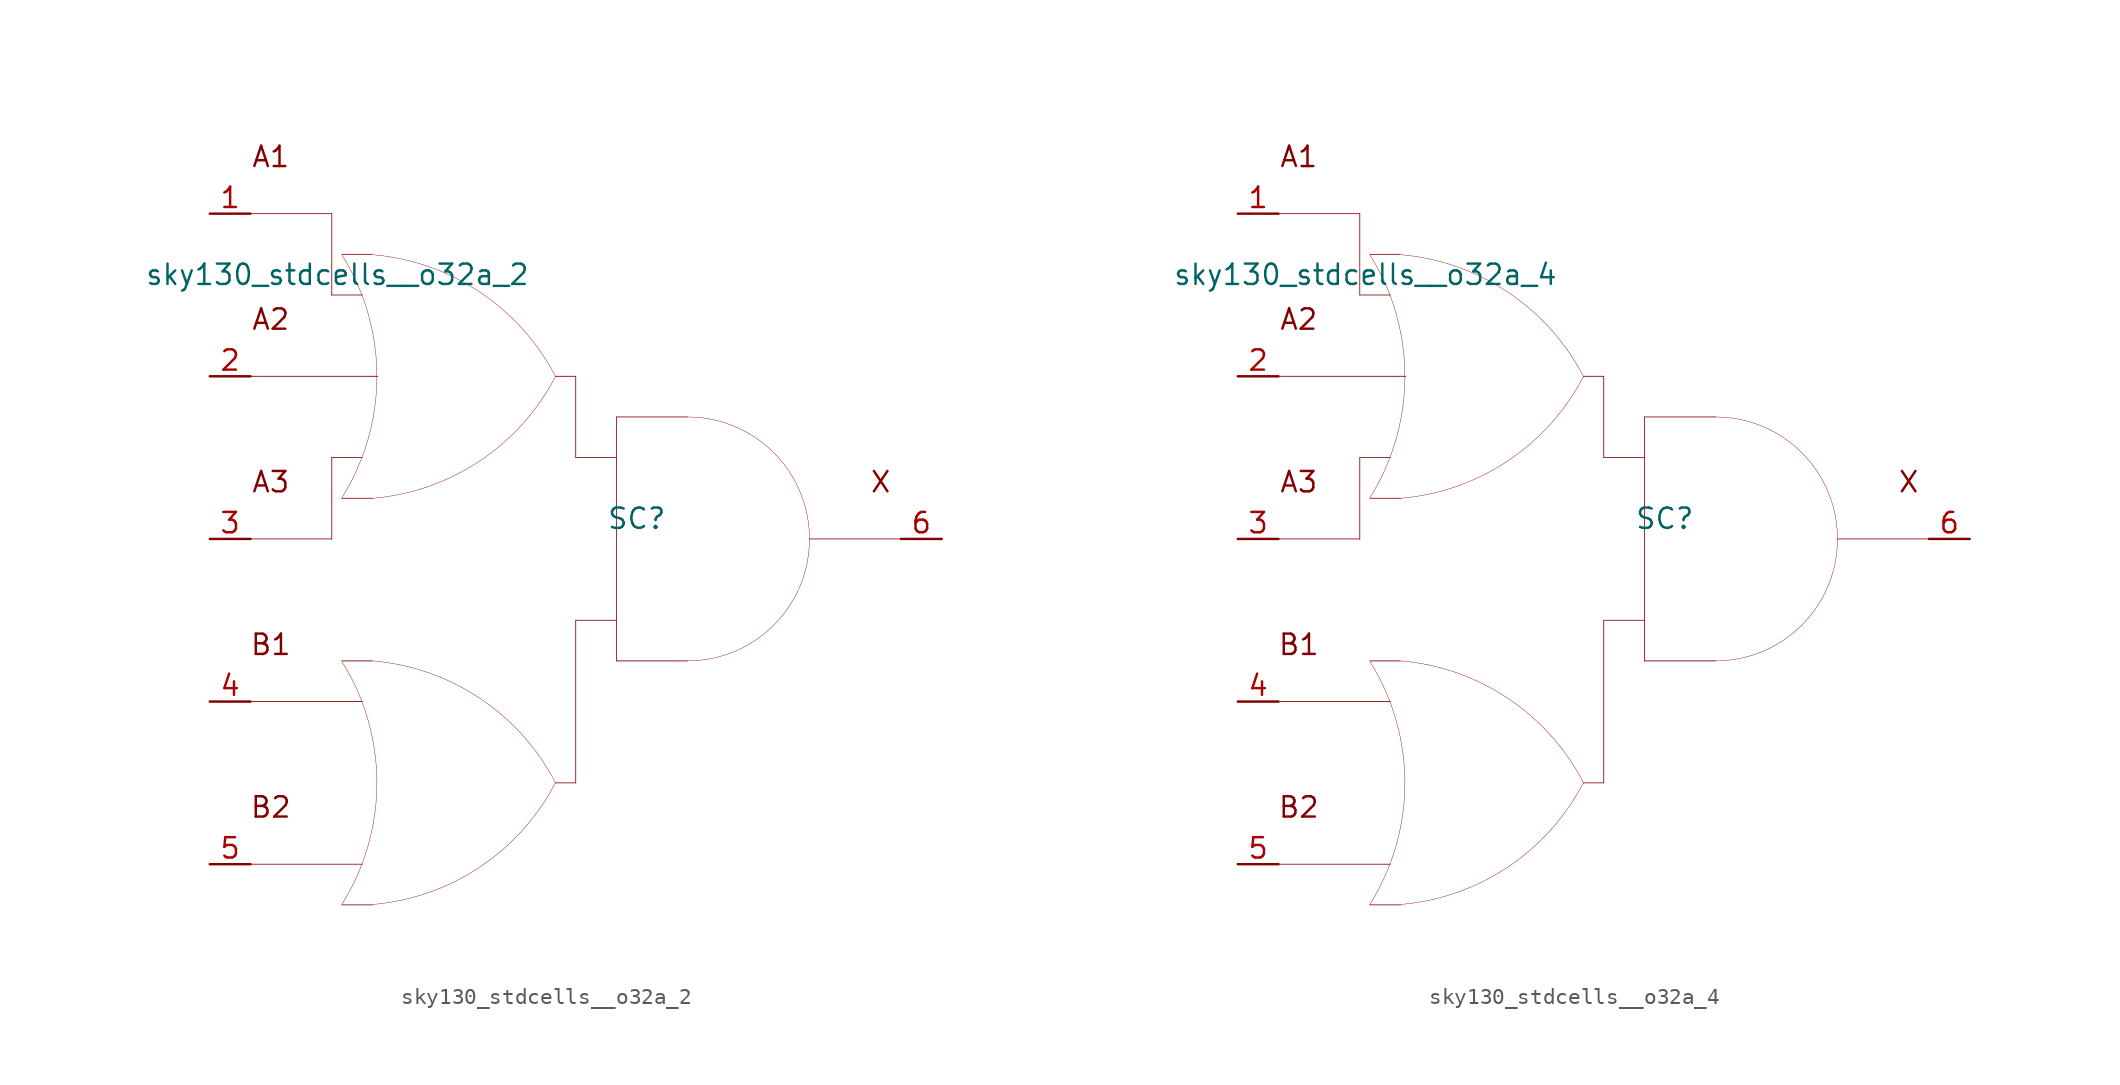
<source format=kicad_sym>
(kicad_symbol_lib
  (version 20211014)
  (generator kicad_symbol_editor)
  (symbol "sky130_stdcells__o32a_2"
    (pin_names hide)
    (property "Reference" "SC"
      (at 3.81 1.27 0)
      (effects (font (size 1.27 1.27))))
    (property "Value" "sky130_stdcells__o32a_2"
      (at -2.845 16.51 0)
      (effects (font (size 1.27 1.27)) (justify right)))
    (symbol "sky130_stdcells__o32a_2_0_0"
      (arc (start -14.6255 -22.8542) (mid -13.968 -21.698) (end -13.4212 -20.4856) (stroke (width 0.0254) (type default) (color 0 0 0 0)) (fill (type none)))
      (arc (start -14.6255 2.5458) (mid -13.968 3.702) (end -13.4212 4.9144) (stroke (width 0.0254) (type default) (color 0 0 0 0)) (fill (type none)))
      (arc (start -13.4212 -20.4856) (mid -12.9863 -19.2155) (end -12.673 -17.9101) (stroke (width 0.0254) (type default) (color 0 0 0 0)) (fill (type none)))
      (arc (start -13.4212 4.9144) (mid -12.9863 6.1845) (end -12.673 7.4899) (stroke (width 0.0254) (type default) (color 0 0 0 0)) (fill (type none)))
      (arc (start -13.403 -10.0407) (mid -13.9512 -8.8152) (end -14.6123 -7.6468) (stroke (width 0.0254) (type default) (color 0 0 0 0)) (fill (type none)))
      (arc (start -13.403 15.3593) (mid -13.9512 16.5848) (end -14.6123 17.7532) (stroke (width 0.0254) (type default) (color 0 0 0 0)) (fill (type none)))
      (arc (start -12.705 -22.8377) (mid -6.011 -20.5132) (end -1.2741 -15.243) (stroke (width 0.0254) (type default) (color 0 0 0 0)) (fill (type none)))
      (arc (start -12.705 2.5369) (mid -6.011 4.8614) (end -1.2741 10.1316) (stroke (width 0.0254) (type default) (color 0 0 0 0)) (fill (type none)))
      (arc (start -12.673 -17.9101) (mid -12.4838 -16.581) (end -12.4206 -15.24) (stroke (width 0.0254) (type default) (color 0 0 0 0)) (fill (type none)))
      (arc (start -12.673 7.4899) (mid -12.4838 8.819) (end -12.4206 10.16) (stroke (width 0.0254) (type default) (color 0 0 0 0)) (fill (type none)))
      (arc (start -12.6684 -12.5944) (mid -12.9761 -11.3004) (end -13.403 -10.0407) (stroke (width 0.0254) (type default) (color 0 0 0 0)) (fill (type none)))
      (arc (start -12.6684 12.8056) (mid -12.9761 14.0996) (end -13.403 15.3593) (stroke (width 0.0254) (type default) (color 0 0 0 0)) (fill (type none)))
      (arc (start -12.4206 -15.24) (mid -12.4827 -13.9114) (end -12.6684 -12.5944) (stroke (width 0.0254) (type default) (color 0 0 0 0)) (fill (type none)))
      (arc (start -12.4206 10.16) (mid -12.4827 11.4886) (end -12.6684 12.8056) (stroke (width 0.0254) (type default) (color 0 0 0 0)) (fill (type none)))
      (arc (start -1.2513 -15.2556) (mid -5.9698 -9.969) (end -12.6556 -7.6211) (stroke (width 0.0254) (type default) (color 0 0 0 0)) (fill (type none)))
      (arc (start -1.2513 10.119) (mid -5.9698 15.4056) (end -12.6556 17.7535) (stroke (width 0.0254) (type default) (color 0 0 0 0)) (fill (type none)))
      (polyline (pts (xy -20.32 -20.32) (xy -13.335 -20.32)) (stroke (width 0.051) (type default) (color 0 0 0 0)) (fill (type none)))
      (polyline (pts (xy -20.32 -10.16) (xy -13.335 -10.16)) (stroke (width 0.051) (type default) (color 0 0 0 0)) (fill (type none)))
      (polyline (pts (xy -20.32 0) (xy -15.24 0)) (stroke (width 0.051) (type default) (color 0 0 0 0)) (fill (type none)))
      (polyline (pts (xy -20.32 10.16) (xy -12.37 10.16)) (stroke (width 0.051) (type default) (color 0 0 0 0)) (fill (type none)))
      (polyline (pts (xy -20.32 20.32) (xy -15.24 20.32)) (stroke (width 0.051) (type default) (color 0 0 0 0)) (fill (type none)))
      (polyline (pts (xy -15.24 5.08) (xy -15.24 0)) (stroke (width 0.051) (type default) (color 0 0 0 0)) (fill (type none)))
      (polyline (pts (xy -15.24 5.08) (xy -13.335 5.08)) (stroke (width 0.051) (type default) (color 0 0 0 0)) (fill (type none)))
      (polyline (pts (xy -15.24 15.24) (xy -13.335 15.24)) (stroke (width 0.051) (type default) (color 0 0 0 0)) (fill (type none)))
      (polyline (pts (xy -15.24 20.32) (xy -15.24 15.24)) (stroke (width 0.051) (type default) (color 0 0 0 0)) (fill (type none)))
      (polyline (pts (xy -14.605 -22.86) (xy -12.7 -22.86)) (stroke (width 0.051) (type default) (color 0 0 0 0)) (fill (type none)))
      (polyline (pts (xy -14.605 -7.62) (xy -12.7 -7.62)) (stroke (width 0.051) (type default) (color 0 0 0 0)) (fill (type none)))
      (polyline (pts (xy -14.605 2.54) (xy -12.7 2.54)) (stroke (width 0.051) (type default) (color 0 0 0 0)) (fill (type none)))
      (polyline (pts (xy -14.605 17.78) (xy -12.7 17.78)) (stroke (width 0.051) (type default) (color 0 0 0 0)) (fill (type none)))
      (polyline (pts (xy -1.27 -15.24) (xy 0 -15.24)) (stroke (width 0.051) (type default) (color 0 0 0 0)) (fill (type none)))
      (polyline (pts (xy -1.27 10.16) (xy 0 10.16)) (stroke (width 0.051) (type default) (color 0 0 0 0)) (fill (type none)))
      (polyline (pts (xy 0 -5.08) (xy 0 -15.24)) (stroke (width 0.051) (type default) (color 0 0 0 0)) (fill (type none)))
      (polyline (pts (xy 0 -5.08) (xy 2.54 -5.08)) (stroke (width 0.051) (type default) (color 0 0 0 0)) (fill (type none)))
      (polyline (pts (xy 0 5.08) (xy 2.54 5.08)) (stroke (width 0.051) (type default) (color 0 0 0 0)) (fill (type none)))
      (polyline (pts (xy 0 10.16) (xy 0 5.08)) (stroke (width 0.051) (type default) (color 0 0 0 0)) (fill (type none)))
      (polyline (pts (xy 2.54 -7.62) (xy 6.985 -7.62)) (stroke (width 0.051) (type default) (color 0 0 0 0)) (fill (type none)))
      (polyline (pts (xy 2.54 7.62) (xy 2.54 -7.62)) (stroke (width 0.051) (type default) (color 0 0 0 0)) (fill (type none)))
      (polyline (pts (xy 2.54 7.62) (xy 6.985 7.62)) (stroke (width 0.051) (type default) (color 0 0 0 0)) (fill (type none)))
      (polyline (pts (xy 14.605 0) (xy 20.32 0)) (stroke (width 0.051) (type default) (color 0 0 0 0)) (fill (type none)))
      (arc (start 6.985 -7.62) (mid 8.9572 -7.3604) (end 10.795 -6.5991) (stroke (width 0.0254) (type default) (color 0 0 0 0)) (fill (type none)))
      (arc (start 10.795 -6.5991) (mid 12.3731 -5.3881) (end 13.5841 -3.81) (stroke (width 0.0254) (type default) (color 0 0 0 0)) (fill (type none)))
      (arc (start 10.795 6.5991) (mid 8.9572 7.3603) (end 6.985 7.62) (stroke (width 0.0254) (type default) (color 0 0 0 0)) (fill (type none)))
      (arc (start 13.5841 -3.81) (mid 14.3453 -1.9722) (end 14.605 0) (stroke (width 0.0254) (type default) (color 0 0 0 0)) (fill (type none)))
      (arc (start 13.5841 3.81) (mid 12.3731 5.3881) (end 10.795 6.5991) (stroke (width 0.0254) (type default) (color 0 0 0 0)) (fill (type none)))
      (arc (start 14.605 0) (mid 14.3454 1.9722) (end 13.5841 3.81) (stroke (width 0.0254) (type default) (color 0 0 0 0)) (fill (type none)))
      (text "A1" (at -19.05 23.876 0) (effects (font (size 1.27 1.27))))
      (text "A2" (at -19.05 13.716 0) (effects (font (size 1.27 1.27))))
      (text "A3" (at -19.05 3.556 0) (effects (font (size 1.27 1.27))))
      (text "B1" (at -19.05 -6.604 0) (effects (font (size 1.27 1.27))))
      (text "B2" (at -19.05 -16.764 0) (effects (font (size 1.27 1.27))))
      (text "X" (at 19.05 3.556 0) (effects (font (size 1.27 1.27)))))
    (symbol "sky130_stdcells__o32a_2_1_1"
      (pin input line (at -22.86 20.32 0) (length 2.54) (name "A1" (effects (font (size 1.092 1.092)))) (number "1" (effects (font (size 1.27 1.27)))))
      (pin input line (at -22.86 10.16 0) (length 2.54) (name "A2" (effects (font (size 1.092 1.092)))) (number "2" (effects (font (size 1.27 1.27)))))
      (pin input line (at -22.86 0 0) (length 2.54) (name "A3" (effects (font (size 1.092 1.092)))) (number "3" (effects (font (size 1.27 1.27)))))
      (pin input line (at -22.86 -10.16 0) (length 2.54) (name "B1" (effects (font (size 1.092 1.092)))) (number "4" (effects (font (size 1.27 1.27)))))
      (pin input line (at -22.86 -20.32 0) (length 2.54) (name "B2" (effects (font (size 1.092 1.092)))) (number "5" (effects (font (size 1.27 1.27)))))
      (pin output line (at 22.86 0 180) (length 2.54) (name "X" (effects (font (size 1.092 1.092)))) (number "6" (effects (font (size 1.27 1.27)))))))
  (symbol "sky130_stdcells__o32a_4"
    (pin_names hide)
    (property "Reference" "SC"
      (at 3.81 1.27 0)
      (effects (font (size 1.27 1.27))))
    (property "Value" "sky130_stdcells__o32a_4"
      (at -2.845 16.51 0)
      (effects (font (size 1.27 1.27)) (justify right)))
    (symbol "sky130_stdcells__o32a_4_0_0"
      (arc (start -14.6255 -22.8542) (mid -13.968 -21.698) (end -13.4212 -20.4856) (stroke (width 0.0254) (type default) (color 0 0 0 0)) (fill (type none)))
      (arc (start -14.6255 2.5458) (mid -13.968 3.702) (end -13.4212 4.9144) (stroke (width 0.0254) (type default) (color 0 0 0 0)) (fill (type none)))
      (arc (start -13.4212 -20.4856) (mid -12.9863 -19.2155) (end -12.673 -17.9101) (stroke (width 0.0254) (type default) (color 0 0 0 0)) (fill (type none)))
      (arc (start -13.4212 4.9144) (mid -12.9863 6.1845) (end -12.673 7.4899) (stroke (width 0.0254) (type default) (color 0 0 0 0)) (fill (type none)))
      (arc (start -13.403 -10.0407) (mid -13.9512 -8.8152) (end -14.6123 -7.6468) (stroke (width 0.0254) (type default) (color 0 0 0 0)) (fill (type none)))
      (arc (start -13.403 15.3593) (mid -13.9512 16.5848) (end -14.6123 17.7532) (stroke (width 0.0254) (type default) (color 0 0 0 0)) (fill (type none)))
      (arc (start -12.705 -22.8377) (mid -6.011 -20.5132) (end -1.2741 -15.243) (stroke (width 0.0254) (type default) (color 0 0 0 0)) (fill (type none)))
      (arc (start -12.705 2.5369) (mid -6.011 4.8614) (end -1.2741 10.1316) (stroke (width 0.0254) (type default) (color 0 0 0 0)) (fill (type none)))
      (arc (start -12.673 -17.9101) (mid -12.4838 -16.581) (end -12.4206 -15.24) (stroke (width 0.0254) (type default) (color 0 0 0 0)) (fill (type none)))
      (arc (start -12.673 7.4899) (mid -12.4838 8.819) (end -12.4206 10.16) (stroke (width 0.0254) (type default) (color 0 0 0 0)) (fill (type none)))
      (arc (start -12.6684 -12.5944) (mid -12.9761 -11.3004) (end -13.403 -10.0407) (stroke (width 0.0254) (type default) (color 0 0 0 0)) (fill (type none)))
      (arc (start -12.6684 12.8056) (mid -12.9761 14.0996) (end -13.403 15.3593) (stroke (width 0.0254) (type default) (color 0 0 0 0)) (fill (type none)))
      (arc (start -12.4206 -15.24) (mid -12.4827 -13.9114) (end -12.6684 -12.5944) (stroke (width 0.0254) (type default) (color 0 0 0 0)) (fill (type none)))
      (arc (start -12.4206 10.16) (mid -12.4827 11.4886) (end -12.6684 12.8056) (stroke (width 0.0254) (type default) (color 0 0 0 0)) (fill (type none)))
      (arc (start -1.2513 -15.2556) (mid -5.9698 -9.969) (end -12.6556 -7.6211) (stroke (width 0.0254) (type default) (color 0 0 0 0)) (fill (type none)))
      (arc (start -1.2513 10.119) (mid -5.9698 15.4056) (end -12.6556 17.7535) (stroke (width 0.0254) (type default) (color 0 0 0 0)) (fill (type none)))
      (polyline (pts (xy -20.32 -20.32) (xy -13.335 -20.32)) (stroke (width 0.051) (type default) (color 0 0 0 0)) (fill (type none)))
      (polyline (pts (xy -20.32 -10.16) (xy -13.335 -10.16)) (stroke (width 0.051) (type default) (color 0 0 0 0)) (fill (type none)))
      (polyline (pts (xy -20.32 0) (xy -15.24 0)) (stroke (width 0.051) (type default) (color 0 0 0 0)) (fill (type none)))
      (polyline (pts (xy -20.32 10.16) (xy -12.37 10.16)) (stroke (width 0.051) (type default) (color 0 0 0 0)) (fill (type none)))
      (polyline (pts (xy -20.32 20.32) (xy -15.24 20.32)) (stroke (width 0.051) (type default) (color 0 0 0 0)) (fill (type none)))
      (polyline (pts (xy -15.24 5.08) (xy -15.24 0)) (stroke (width 0.051) (type default) (color 0 0 0 0)) (fill (type none)))
      (polyline (pts (xy -15.24 5.08) (xy -13.335 5.08)) (stroke (width 0.051) (type default) (color 0 0 0 0)) (fill (type none)))
      (polyline (pts (xy -15.24 15.24) (xy -13.335 15.24)) (stroke (width 0.051) (type default) (color 0 0 0 0)) (fill (type none)))
      (polyline (pts (xy -15.24 20.32) (xy -15.24 15.24)) (stroke (width 0.051) (type default) (color 0 0 0 0)) (fill (type none)))
      (polyline (pts (xy -14.605 -22.86) (xy -12.7 -22.86)) (stroke (width 0.051) (type default) (color 0 0 0 0)) (fill (type none)))
      (polyline (pts (xy -14.605 -7.62) (xy -12.7 -7.62)) (stroke (width 0.051) (type default) (color 0 0 0 0)) (fill (type none)))
      (polyline (pts (xy -14.605 2.54) (xy -12.7 2.54)) (stroke (width 0.051) (type default) (color 0 0 0 0)) (fill (type none)))
      (polyline (pts (xy -14.605 17.78) (xy -12.7 17.78)) (stroke (width 0.051) (type default) (color 0 0 0 0)) (fill (type none)))
      (polyline (pts (xy -1.27 -15.24) (xy 0 -15.24)) (stroke (width 0.051) (type default) (color 0 0 0 0)) (fill (type none)))
      (polyline (pts (xy -1.27 10.16) (xy 0 10.16)) (stroke (width 0.051) (type default) (color 0 0 0 0)) (fill (type none)))
      (polyline (pts (xy 0 -5.08) (xy 0 -15.24)) (stroke (width 0.051) (type default) (color 0 0 0 0)) (fill (type none)))
      (polyline (pts (xy 0 -5.08) (xy 2.54 -5.08)) (stroke (width 0.051) (type default) (color 0 0 0 0)) (fill (type none)))
      (polyline (pts (xy 0 5.08) (xy 2.54 5.08)) (stroke (width 0.051) (type default) (color 0 0 0 0)) (fill (type none)))
      (polyline (pts (xy 0 10.16) (xy 0 5.08)) (stroke (width 0.051) (type default) (color 0 0 0 0)) (fill (type none)))
      (polyline (pts (xy 2.54 -7.62) (xy 6.985 -7.62)) (stroke (width 0.051) (type default) (color 0 0 0 0)) (fill (type none)))
      (polyline (pts (xy 2.54 7.62) (xy 2.54 -7.62)) (stroke (width 0.051) (type default) (color 0 0 0 0)) (fill (type none)))
      (polyline (pts (xy 2.54 7.62) (xy 6.985 7.62)) (stroke (width 0.051) (type default) (color 0 0 0 0)) (fill (type none)))
      (polyline (pts (xy 14.605 0) (xy 20.32 0)) (stroke (width 0.051) (type default) (color 0 0 0 0)) (fill (type none)))
      (arc (start 6.985 -7.62) (mid 8.9572 -7.3604) (end 10.795 -6.5991) (stroke (width 0.0254) (type default) (color 0 0 0 0)) (fill (type none)))
      (arc (start 10.795 -6.5991) (mid 12.3731 -5.3881) (end 13.5841 -3.81) (stroke (width 0.0254) (type default) (color 0 0 0 0)) (fill (type none)))
      (arc (start 10.795 6.5991) (mid 8.9572 7.3603) (end 6.985 7.62) (stroke (width 0.0254) (type default) (color 0 0 0 0)) (fill (type none)))
      (arc (start 13.5841 -3.81) (mid 14.3453 -1.9722) (end 14.605 0) (stroke (width 0.0254) (type default) (color 0 0 0 0)) (fill (type none)))
      (arc (start 13.5841 3.81) (mid 12.3731 5.3881) (end 10.795 6.5991) (stroke (width 0.0254) (type default) (color 0 0 0 0)) (fill (type none)))
      (arc (start 14.605 0) (mid 14.3454 1.9722) (end 13.5841 3.81) (stroke (width 0.0254) (type default) (color 0 0 0 0)) (fill (type none)))
      (text "A1" (at -19.05 23.876 0) (effects (font (size 1.27 1.27))))
      (text "A2" (at -19.05 13.716 0) (effects (font (size 1.27 1.27))))
      (text "A3" (at -19.05 3.556 0) (effects (font (size 1.27 1.27))))
      (text "B1" (at -19.05 -6.604 0) (effects (font (size 1.27 1.27))))
      (text "B2" (at -19.05 -16.764 0) (effects (font (size 1.27 1.27))))
      (text "X" (at 19.05 3.556 0) (effects (font (size 1.27 1.27)))))
    (symbol "sky130_stdcells__o32a_4_1_1"
      (pin input line (at -22.86 20.32 0) (length 2.54) (name "A1" (effects (font (size 1.092 1.092)))) (number "1" (effects (font (size 1.27 1.27)))))
      (pin input line (at -22.86 10.16 0) (length 2.54) (name "A2" (effects (font (size 1.092 1.092)))) (number "2" (effects (font (size 1.27 1.27)))))
      (pin input line (at -22.86 0 0) (length 2.54) (name "A3" (effects (font (size 1.092 1.092)))) (number "3" (effects (font (size 1.27 1.27)))))
      (pin input line (at -22.86 -10.16 0) (length 2.54) (name "B1" (effects (font (size 1.092 1.092)))) (number "4" (effects (font (size 1.27 1.27)))))
      (pin input line (at -22.86 -20.32 0) (length 2.54) (name "B2" (effects (font (size 1.092 1.092)))) (number "5" (effects (font (size 1.27 1.27)))))
      (pin output line (at 22.86 0 180) (length 2.54) (name "X" (effects (font (size 1.092 1.092)))) (number "6" (effects (font (size 1.27 1.27))))))))
</source>
